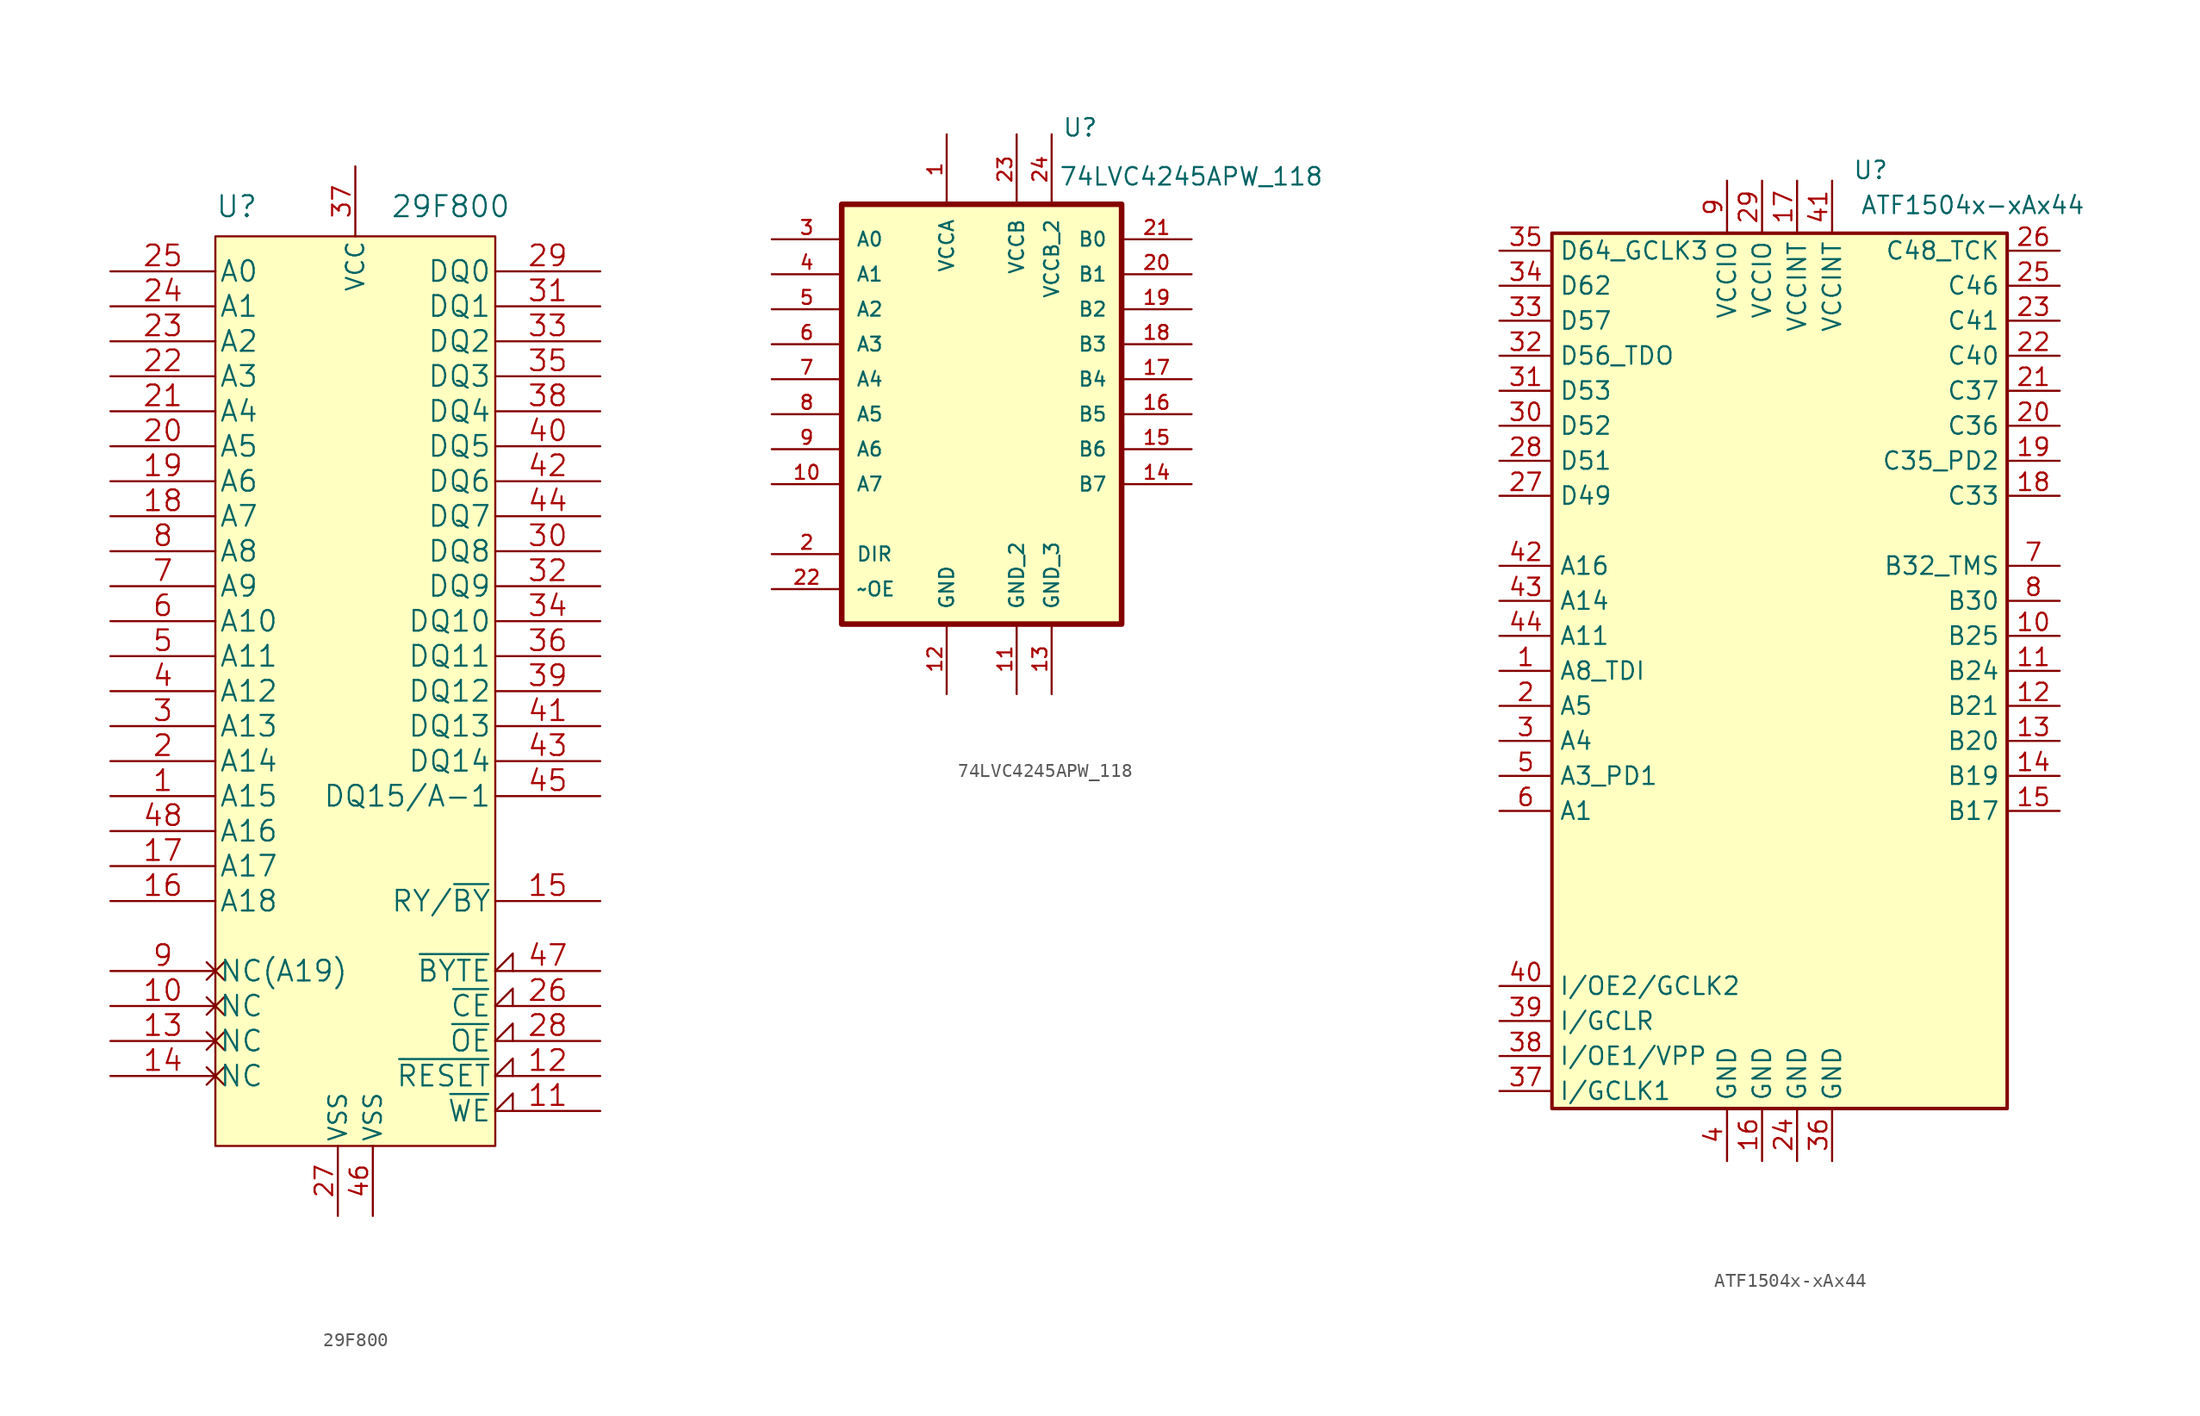
<source format=kicad_sym>
(kicad_symbol_lib
  (version 20231120)
  (generator "kicad_symbol_editor")
  (generator_version "8.0")
  (symbol "29F800"
    (pin_names
      (offset 0.254))
    (property "Reference" "U"
      (at -10.16 3.81 0)
      (effects (font (size 1.524 1.524)) (justify left bottom)))
    (property "Value" "29F800"
      (at 2.54 3.81 0)
      (effects (font (size 1.524 1.524)) (justify left bottom)))
    (symbol "29F800_1_0"
      (pin power_in line (at -1.27 -68.58 90) (length 5.08) (name "VSS" (effects (font (size 1.27 1.27)))) (number "27" (effects (font (size 1.27 1.27)))))
      (pin power_in line (at 0 7.62 270) (length 5.08) (name "VCC" (effects (font (size 1.27 1.27)))) (number "37" (effects (font (size 1.27 1.27)))))
      (pin power_in line (at 1.27 -68.58 90) (length 5.08) (name "VSS" (effects (font (size 1.27 1.27)))) (number "46" (effects (font (size 1.27 1.27))))))
    (symbol "29F800_1_1"
      (rectangle (start -10.16 2.54) (end 10.16 -63.5) (stroke (width 0) (type default)) (fill (type background)))
      (pin input line (at -17.78 -38.1 0) (length 7.62) (name "A15" (effects (font (size 1.499 1.499)))) (number "1" (effects (font (size 1.499 1.499)))))
      (pin passive non_logic (at -17.78 -53.34 0) (length 7.62) (name "NC" (effects (font (size 1.499 1.499)))) (number "10" (effects (font (size 1.499 1.499)))))
      (pin input input_low (at 17.78 -60.96 180) (length 7.62) (name "~{WE}" (effects (font (size 1.499 1.499)))) (number "11" (effects (font (size 1.499 1.499)))))
      (pin input input_low (at 17.78 -58.42 180) (length 7.62) (name "~{RESET}" (effects (font (size 1.499 1.499)))) (number "12" (effects (font (size 1.499 1.499)))))
      (pin passive non_logic (at -17.78 -55.88 0) (length 7.62) (name "NC" (effects (font (size 1.499 1.499)))) (number "13" (effects (font (size 1.499 1.499)))))
      (pin passive non_logic (at -17.78 -58.42 0) (length 7.62) (name "NC" (effects (font (size 1.499 1.499)))) (number "14" (effects (font (size 1.499 1.499)))))
      (pin output line (at 17.78 -45.72 180) (length 7.62) (name "RY/~{BY}" (effects (font (size 1.499 1.499)))) (number "15" (effects (font (size 1.499 1.499)))))
      (pin input line (at -17.78 -45.72 0) (length 7.62) (name "A18" (effects (font (size 1.499 1.499)))) (number "16" (effects (font (size 1.499 1.499)))))
      (pin input line (at -17.78 -43.18 0) (length 7.62) (name "A17" (effects (font (size 1.499 1.499)))) (number "17" (effects (font (size 1.499 1.499)))))
      (pin input line (at -17.78 -17.78 0) (length 7.62) (name "A7" (effects (font (size 1.499 1.499)))) (number "18" (effects (font (size 1.499 1.499)))))
      (pin input line (at -17.78 -15.24 0) (length 7.62) (name "A6" (effects (font (size 1.499 1.499)))) (number "19" (effects (font (size 1.499 1.499)))))
      (pin input line (at -17.78 -35.56 0) (length 7.62) (name "A14" (effects (font (size 1.499 1.499)))) (number "2" (effects (font (size 1.499 1.499)))))
      (pin input line (at -17.78 -12.7 0) (length 7.62) (name "A5" (effects (font (size 1.499 1.499)))) (number "20" (effects (font (size 1.499 1.499)))))
      (pin input line (at -17.78 -10.16 0) (length 7.62) (name "A4" (effects (font (size 1.499 1.499)))) (number "21" (effects (font (size 1.499 1.499)))))
      (pin input line (at -17.78 -7.62 0) (length 7.62) (name "A3" (effects (font (size 1.499 1.499)))) (number "22" (effects (font (size 1.499 1.499)))))
      (pin input line (at -17.78 -5.08 0) (length 7.62) (name "A2" (effects (font (size 1.499 1.499)))) (number "23" (effects (font (size 1.499 1.499)))))
      (pin input line (at -17.78 -2.54 0) (length 7.62) (name "A1" (effects (font (size 1.499 1.499)))) (number "24" (effects (font (size 1.499 1.499)))))
      (pin input line (at -17.78 0 0) (length 7.62) (name "A0" (effects (font (size 1.499 1.499)))) (number "25" (effects (font (size 1.499 1.499)))))
      (pin input input_low (at 17.78 -53.34 180) (length 7.62) (name "~{CE}" (effects (font (size 1.499 1.499)))) (number "26" (effects (font (size 1.499 1.499)))))
      (pin input input_low (at 17.78 -55.88 180) (length 7.62) (name "~{OE}" (effects (font (size 1.499 1.499)))) (number "28" (effects (font (size 1.499 1.499)))))
      (pin bidirectional line (at 17.78 0 180) (length 7.62) (name "DQ0" (effects (font (size 1.499 1.499)))) (number "29" (effects (font (size 1.499 1.499)))))
      (pin input line (at -17.78 -33.02 0) (length 7.62) (name "A13" (effects (font (size 1.499 1.499)))) (number "3" (effects (font (size 1.499 1.499)))))
      (pin bidirectional line (at 17.78 -20.32 180) (length 7.62) (name "DQ8" (effects (font (size 1.499 1.499)))) (number "30" (effects (font (size 1.499 1.499)))))
      (pin bidirectional line (at 17.78 -2.54 180) (length 7.62) (name "DQ1" (effects (font (size 1.499 1.499)))) (number "31" (effects (font (size 1.499 1.499)))))
      (pin bidirectional line (at 17.78 -22.86 180) (length 7.62) (name "DQ9" (effects (font (size 1.499 1.499)))) (number "32" (effects (font (size 1.499 1.499)))))
      (pin bidirectional line (at 17.78 -5.08 180) (length 7.62) (name "DQ2" (effects (font (size 1.499 1.499)))) (number "33" (effects (font (size 1.499 1.499)))))
      (pin bidirectional line (at 17.78 -25.4 180) (length 7.62) (name "DQ10" (effects (font (size 1.499 1.499)))) (number "34" (effects (font (size 1.499 1.499)))))
      (pin bidirectional line (at 17.78 -7.62 180) (length 7.62) (name "DQ3" (effects (font (size 1.499 1.499)))) (number "35" (effects (font (size 1.499 1.499)))))
      (pin bidirectional line (at 17.78 -27.94 180) (length 7.62) (name "DQ11" (effects (font (size 1.499 1.499)))) (number "36" (effects (font (size 1.499 1.499)))))
      (pin bidirectional line (at 17.78 -10.16 180) (length 7.62) (name "DQ4" (effects (font (size 1.499 1.499)))) (number "38" (effects (font (size 1.499 1.499)))))
      (pin bidirectional line (at 17.78 -30.48 180) (length 7.62) (name "DQ12" (effects (font (size 1.499 1.499)))) (number "39" (effects (font (size 1.499 1.499)))))
      (pin input line (at -17.78 -30.48 0) (length 7.62) (name "A12" (effects (font (size 1.499 1.499)))) (number "4" (effects (font (size 1.499 1.499)))))
      (pin bidirectional line (at 17.78 -12.7 180) (length 7.62) (name "DQ5" (effects (font (size 1.499 1.499)))) (number "40" (effects (font (size 1.499 1.499)))))
      (pin bidirectional line (at 17.78 -33.02 180) (length 7.62) (name "DQ13" (effects (font (size 1.499 1.499)))) (number "41" (effects (font (size 1.499 1.499)))))
      (pin bidirectional line (at 17.78 -15.24 180) (length 7.62) (name "DQ6" (effects (font (size 1.499 1.499)))) (number "42" (effects (font (size 1.499 1.499)))))
      (pin bidirectional line (at 17.78 -35.56 180) (length 7.62) (name "DQ14" (effects (font (size 1.499 1.499)))) (number "43" (effects (font (size 1.499 1.499)))))
      (pin bidirectional line (at 17.78 -17.78 180) (length 7.62) (name "DQ7" (effects (font (size 1.499 1.499)))) (number "44" (effects (font (size 1.499 1.499)))))
      (pin bidirectional line (at 17.78 -38.1 180) (length 7.62) (name "DQ15/A-1" (effects (font (size 1.499 1.499)))) (number "45" (effects (font (size 1.499 1.499)))))
      (pin input input_low (at 17.78 -50.8 180) (length 7.62) (name "~{BYTE}" (effects (font (size 1.499 1.499)))) (number "47" (effects (font (size 1.499 1.499)))))
      (pin input line (at -17.78 -40.64 0) (length 7.62) (name "A16" (effects (font (size 1.499 1.499)))) (number "48" (effects (font (size 1.499 1.499)))))
      (pin input line (at -17.78 -27.94 0) (length 7.62) (name "A11" (effects (font (size 1.499 1.499)))) (number "5" (effects (font (size 1.499 1.499)))))
      (pin input line (at -17.78 -25.4 0) (length 7.62) (name "A10" (effects (font (size 1.499 1.499)))) (number "6" (effects (font (size 1.499 1.499)))))
      (pin input line (at -17.78 -22.86 0) (length 7.62) (name "A9" (effects (font (size 1.499 1.499)))) (number "7" (effects (font (size 1.499 1.499)))))
      (pin input line (at -17.78 -20.32 0) (length 7.62) (name "A8" (effects (font (size 1.499 1.499)))) (number "8" (effects (font (size 1.499 1.499)))))
      (pin passive non_logic (at -17.78 -50.8 0) (length 7.62) (name "NC(A19)" (effects (font (size 1.499 1.499)))) (number "9" (effects (font (size 1.499 1.499)))))))
  (symbol "74LVC4245APW_118"
    (pin_names
      (offset 1.016))
    (property "Reference" "U"
      (at 5.842 18.796 0)
      (effects (font (size 1.27 1.27)) (justify left bottom)))
    (property "Value" "74LVC4245APW_118"
      (at 5.588 15.24 0)
      (effects (font (size 1.27 1.27)) (justify left bottom)))
    (symbol "74LVC4245APW_118_0_0"
      (rectangle (start -10.16 13.97) (end 10.16 -16.51) (stroke (width 0.406) (type default)) (fill (type background)))
      (pin bidirectional line (at -15.24 -6.35 0) (length 5.08) (name "A7" (effects (font (size 1.016 1.016)))) (number "10" (effects (font (size 1.016 1.016)))))
      (pin passive line (at 2.54 -21.59 90) (length 5.08) (name "GND_2" (effects (font (size 1.016 1.016)))) (number "11" (effects (font (size 1.016 1.016)))))
      (pin passive line (at -2.54 -21.59 90) (length 5.08) (name "GND" (effects (font (size 1.016 1.016)))) (number "12" (effects (font (size 1.016 1.016)))))
      (pin passive line (at 5.08 -21.59 90) (length 5.08) (name "GND_3" (effects (font (size 1.016 1.016)))) (number "13" (effects (font (size 1.016 1.016)))))
      (pin bidirectional line (at 15.24 -6.35 180) (length 5.08) (name "B7" (effects (font (size 1.016 1.016)))) (number "14" (effects (font (size 1.016 1.016)))))
      (pin bidirectional line (at 15.24 -3.81 180) (length 5.08) (name "B6" (effects (font (size 1.016 1.016)))) (number "15" (effects (font (size 1.016 1.016)))))
      (pin bidirectional line (at 15.24 -1.27 180) (length 5.08) (name "B5" (effects (font (size 1.016 1.016)))) (number "16" (effects (font (size 1.016 1.016)))))
      (pin bidirectional line (at 15.24 1.27 180) (length 5.08) (name "B4" (effects (font (size 1.016 1.016)))) (number "17" (effects (font (size 1.016 1.016)))))
      (pin bidirectional line (at 15.24 3.81 180) (length 5.08) (name "B3" (effects (font (size 1.016 1.016)))) (number "18" (effects (font (size 1.016 1.016)))))
      (pin bidirectional line (at 15.24 6.35 180) (length 5.08) (name "B2" (effects (font (size 1.016 1.016)))) (number "19" (effects (font (size 1.016 1.016)))))
      (pin input line (at -15.24 -11.43 0) (length 5.08) (name "DIR" (effects (font (size 1.016 1.016)))) (number "2" (effects (font (size 1.016 1.016)))))
      (pin bidirectional line (at 15.24 8.89 180) (length 5.08) (name "B1" (effects (font (size 1.016 1.016)))) (number "20" (effects (font (size 1.016 1.016)))))
      (pin bidirectional line (at 15.24 11.43 180) (length 5.08) (name "B0" (effects (font (size 1.016 1.016)))) (number "21" (effects (font (size 1.016 1.016)))))
      (pin input line (at -15.24 -13.97 0) (length 5.08) (name "~OE" (effects (font (size 1.016 1.016)))) (number "22" (effects (font (size 1.016 1.016)))))
      (pin bidirectional line (at -15.24 11.43 0) (length 5.08) (name "A0" (effects (font (size 1.016 1.016)))) (number "3" (effects (font (size 1.016 1.016)))))
      (pin bidirectional line (at -15.24 8.89 0) (length 5.08) (name "A1" (effects (font (size 1.016 1.016)))) (number "4" (effects (font (size 1.016 1.016)))))
      (pin bidirectional line (at -15.24 6.35 0) (length 5.08) (name "A2" (effects (font (size 1.016 1.016)))) (number "5" (effects (font (size 1.016 1.016)))))
      (pin bidirectional line (at -15.24 3.81 0) (length 5.08) (name "A3" (effects (font (size 1.016 1.016)))) (number "6" (effects (font (size 1.016 1.016)))))
      (pin bidirectional line (at -15.24 1.27 0) (length 5.08) (name "A4" (effects (font (size 1.016 1.016)))) (number "7" (effects (font (size 1.016 1.016)))))
      (pin bidirectional line (at -15.24 -1.27 0) (length 5.08) (name "A5" (effects (font (size 1.016 1.016)))) (number "8" (effects (font (size 1.016 1.016)))))
      (pin bidirectional line (at -15.24 -3.81 0) (length 5.08) (name "A6" (effects (font (size 1.016 1.016)))) (number "9" (effects (font (size 1.016 1.016))))))
    (symbol "74LVC4245APW_118_1_0"
      (pin power_in line (at -2.54 19.05 270) (length 5.08) (name "VCCA" (effects (font (size 1.016 1.016)))) (number "1" (effects (font (size 1.016 1.016)))))
      (pin power_in line (at 2.54 19.05 270) (length 5.08) (name "VCCB" (effects (font (size 1.016 1.016)))) (number "23" (effects (font (size 1.016 1.016)))))
      (pin power_in line (at 5.08 19.05 270) (length 5.08) (name "VCCB_2" (effects (font (size 1.016 1.016)))) (number "24" (effects (font (size 1.016 1.016)))))))
  (symbol "ATF1504x-xAx44"
    (property "Reference" "U"
      (at 6.604 36.322 0)
      (effects (font (size 1.27 1.27))))
    (property "Value" "ATF1504x-xAx44"
      (at 5.842 33.782 0)
      (effects (font (size 1.27 1.27)) (justify left)))
    (symbol "ATF1504x-xAx44_1_1"
      (rectangle (start -16.51 31.75) (end 16.51 -31.75) (stroke (width 0.254) (type default)) (fill (type background)))
      (pin passive line (at -20.32 0 0) (length 3.81) (name "A8_TDI" (effects (font (size 1.27 1.27)))) (number "1" (effects (font (size 1.27 1.27)))))
      (pin passive line (at 20.32 2.54 180) (length 3.81) (name "B25" (effects (font (size 1.27 1.27)))) (number "10" (effects (font (size 1.27 1.27)))))
      (pin passive line (at 20.32 0 180) (length 3.81) (name "B24" (effects (font (size 1.27 1.27)))) (number "11" (effects (font (size 1.27 1.27)))))
      (pin passive line (at 20.32 -2.54 180) (length 3.81) (name "B21" (effects (font (size 1.27 1.27)))) (number "12" (effects (font (size 1.27 1.27)))))
      (pin passive line (at 20.32 -5.08 180) (length 3.81) (name "B20" (effects (font (size 1.27 1.27)))) (number "13" (effects (font (size 1.27 1.27)))))
      (pin passive line (at 20.32 -7.62 180) (length 3.81) (name "B19" (effects (font (size 1.27 1.27)))) (number "14" (effects (font (size 1.27 1.27)))))
      (pin passive line (at 20.32 -10.16 180) (length 3.81) (name "B17" (effects (font (size 1.27 1.27)))) (number "15" (effects (font (size 1.27 1.27)))))
      (pin power_in line (at -1.27 -35.56 90) (length 3.81) (name "GND" (effects (font (size 1.27 1.27)))) (number "16" (effects (font (size 1.27 1.27)))))
      (pin power_in line (at 1.27 35.56 270) (length 3.81) (name "VCCINT" (effects (font (size 1.27 1.27)))) (number "17" (effects (font (size 1.27 1.27)))))
      (pin passive line (at 20.32 12.7 180) (length 3.81) (name "C33" (effects (font (size 1.27 1.27)))) (number "18" (effects (font (size 1.27 1.27)))))
      (pin passive line (at 20.32 15.24 180) (length 3.81) (name "C35_PD2" (effects (font (size 1.27 1.27)))) (number "19" (effects (font (size 1.27 1.27)))))
      (pin passive line (at -20.32 -2.54 0) (length 3.81) (name "A5" (effects (font (size 1.27 1.27)))) (number "2" (effects (font (size 1.27 1.27)))))
      (pin passive line (at 20.32 17.78 180) (length 3.81) (name "C36" (effects (font (size 1.27 1.27)))) (number "20" (effects (font (size 1.27 1.27)))))
      (pin passive line (at 20.32 20.32 180) (length 3.81) (name "C37" (effects (font (size 1.27 1.27)))) (number "21" (effects (font (size 1.27 1.27)))))
      (pin passive line (at 20.32 22.86 180) (length 3.81) (name "C40" (effects (font (size 1.27 1.27)))) (number "22" (effects (font (size 1.27 1.27)))))
      (pin passive line (at 20.32 25.4 180) (length 3.81) (name "C41" (effects (font (size 1.27 1.27)))) (number "23" (effects (font (size 1.27 1.27)))))
      (pin power_in line (at 1.27 -35.56 90) (length 3.81) (name "GND" (effects (font (size 1.27 1.27)))) (number "24" (effects (font (size 1.27 1.27)))))
      (pin passive line (at 20.32 27.94 180) (length 3.81) (name "C46" (effects (font (size 1.27 1.27)))) (number "25" (effects (font (size 1.27 1.27)))))
      (pin passive line (at 20.32 30.48 180) (length 3.81) (name "C48_TCK" (effects (font (size 1.27 1.27)))) (number "26" (effects (font (size 1.27 1.27)))))
      (pin passive line (at -20.32 12.7 0) (length 3.81) (name "D49" (effects (font (size 1.27 1.27)))) (number "27" (effects (font (size 1.27 1.27)))))
      (pin passive line (at -20.32 15.24 0) (length 3.81) (name "D51" (effects (font (size 1.27 1.27)))) (number "28" (effects (font (size 1.27 1.27)))))
      (pin power_in line (at -1.27 35.56 270) (length 3.81) (name "VCCIO" (effects (font (size 1.27 1.27)))) (number "29" (effects (font (size 1.27 1.27)))))
      (pin passive line (at -20.32 -5.08 0) (length 3.81) (name "A4" (effects (font (size 1.27 1.27)))) (number "3" (effects (font (size 1.27 1.27)))))
      (pin passive line (at -20.32 17.78 0) (length 3.81) (name "D52" (effects (font (size 1.27 1.27)))) (number "30" (effects (font (size 1.27 1.27)))))
      (pin passive line (at -20.32 20.32 0) (length 3.81) (name "D53" (effects (font (size 1.27 1.27)))) (number "31" (effects (font (size 1.27 1.27)))))
      (pin passive line (at -20.32 22.86 0) (length 3.81) (name "D56_TDO" (effects (font (size 1.27 1.27)))) (number "32" (effects (font (size 1.27 1.27)))))
      (pin passive line (at -20.32 25.4 0) (length 3.81) (name "D57" (effects (font (size 1.27 1.27)))) (number "33" (effects (font (size 1.27 1.27)))))
      (pin passive line (at -20.32 27.94 0) (length 3.81) (name "D62" (effects (font (size 1.27 1.27)))) (number "34" (effects (font (size 1.27 1.27)))))
      (pin passive line (at -20.32 30.48 0) (length 3.81) (name "D64_GCLK3" (effects (font (size 1.27 1.27)))) (number "35" (effects (font (size 1.27 1.27)))))
      (pin power_in line (at 3.81 -35.56 90) (length 3.81) (name "GND" (effects (font (size 1.27 1.27)))) (number "36" (effects (font (size 1.27 1.27)))))
      (pin input line (at -20.32 -30.48 0) (length 3.81) (name "I/GCLK1" (effects (font (size 1.27 1.27)))) (number "37" (effects (font (size 1.27 1.27)))))
      (pin input line (at -20.32 -27.94 0) (length 3.81) (name "I/OE1/VPP" (effects (font (size 1.27 1.27)))) (number "38" (effects (font (size 1.27 1.27)))))
      (pin input line (at -20.32 -25.4 0) (length 3.81) (name "I/GCLR" (effects (font (size 1.27 1.27)))) (number "39" (effects (font (size 1.27 1.27)))))
      (pin power_in line (at -3.81 -35.56 90) (length 3.81) (name "GND" (effects (font (size 1.27 1.27)))) (number "4" (effects (font (size 1.27 1.27)))))
      (pin input line (at -20.32 -22.86 0) (length 3.81) (name "I/OE2/GCLK2" (effects (font (size 1.27 1.27)))) (number "40" (effects (font (size 1.27 1.27)))))
      (pin power_in line (at 3.81 35.56 270) (length 3.81) (name "VCCINT" (effects (font (size 1.27 1.27)))) (number "41" (effects (font (size 1.27 1.27)))))
      (pin passive line (at -20.32 7.62 0) (length 3.81) (name "A16" (effects (font (size 1.27 1.27)))) (number "42" (effects (font (size 1.27 1.27)))))
      (pin passive line (at -20.32 5.08 0) (length 3.81) (name "A14" (effects (font (size 1.27 1.27)))) (number "43" (effects (font (size 1.27 1.27)))))
      (pin passive line (at -20.32 2.54 0) (length 3.81) (name "A11" (effects (font (size 1.27 1.27)))) (number "44" (effects (font (size 1.27 1.27)))))
      (pin passive line (at -20.32 -7.62 0) (length 3.81) (name "A3_PD1" (effects (font (size 1.27 1.27)))) (number "5" (effects (font (size 1.27 1.27)))))
      (pin passive line (at -20.32 -10.16 0) (length 3.81) (name "A1" (effects (font (size 1.27 1.27)))) (number "6" (effects (font (size 1.27 1.27)))))
      (pin passive line (at 20.32 7.62 180) (length 3.81) (name "B32_TMS" (effects (font (size 1.27 1.27)))) (number "7" (effects (font (size 1.27 1.27)))))
      (pin passive line (at 20.32 5.08 180) (length 3.81) (name "B30" (effects (font (size 1.27 1.27)))) (number "8" (effects (font (size 1.27 1.27)))))
      (pin power_in line (at -3.81 35.56 270) (length 3.81) (name "VCCIO" (effects (font (size 1.27 1.27)))) (number "9" (effects (font (size 1.27 1.27))))))))
</source>
